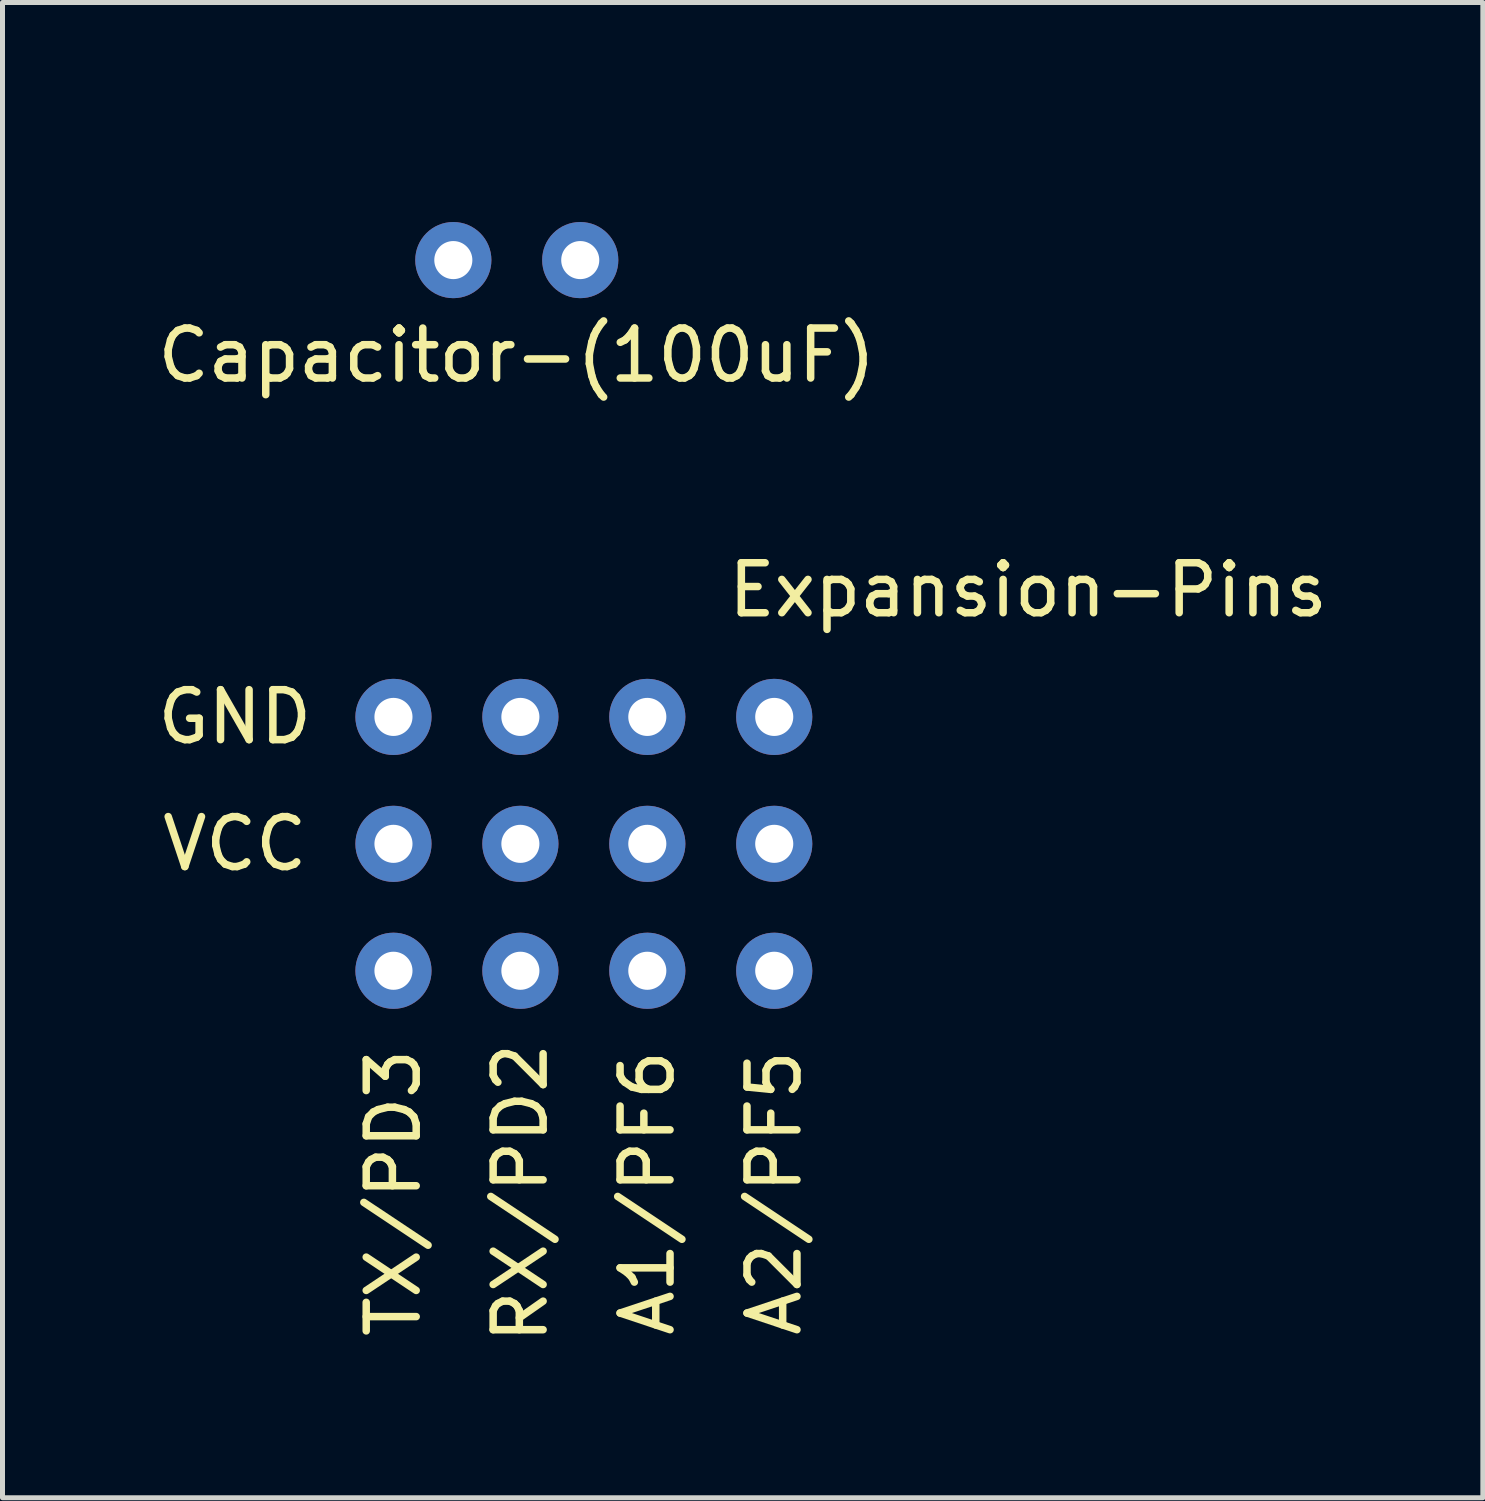
<source format=kicad_pcb>
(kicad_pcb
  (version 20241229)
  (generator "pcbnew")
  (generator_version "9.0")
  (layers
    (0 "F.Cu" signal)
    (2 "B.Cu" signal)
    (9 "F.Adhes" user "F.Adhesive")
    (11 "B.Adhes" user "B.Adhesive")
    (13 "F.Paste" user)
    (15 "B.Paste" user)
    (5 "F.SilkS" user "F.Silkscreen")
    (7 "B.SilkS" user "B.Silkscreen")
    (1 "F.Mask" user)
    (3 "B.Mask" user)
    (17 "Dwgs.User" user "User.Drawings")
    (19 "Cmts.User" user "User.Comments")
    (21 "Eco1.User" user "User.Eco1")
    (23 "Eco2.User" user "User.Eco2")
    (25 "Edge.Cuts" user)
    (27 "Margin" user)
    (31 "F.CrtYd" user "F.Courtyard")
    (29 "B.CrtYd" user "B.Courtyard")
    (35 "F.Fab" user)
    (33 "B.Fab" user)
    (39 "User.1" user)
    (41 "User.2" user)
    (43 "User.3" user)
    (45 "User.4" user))
  (footprint "Expansion-Pins"
    (layer "F.Cu")
    (at 4.824 16.377)
    (property "Reference" "Expansion-Pins" (at 12.7 -7.62 0) (layer "F.SilkS") (effects (font (size 1 1) (thickness 0.15))))
    (attr through_hole)
    (fp_text user "GND" (at -3.175 -5.08 0) (layer "F.SilkS") (effects (font (size 1 1) (thickness 0.15))))
    (fp_text user "RX/PD2" (at 2.54 4.445 90) (layer "F.SilkS") (effects (font (size 1 1) (thickness 0.15))))
    (fp_text user "A2/PF5" (at 7.62 4.445 90) (layer "F.SilkS") (effects (font (size 1 1) (thickness 0.15))))
    (fp_text user "A1/PF6" (at 5.08 4.445 90) (layer "F.SilkS") (effects (font (size 1 1) (thickness 0.15))))
    (fp_text user "TX/PD3" (at 0 4.445 270) (layer "F.SilkS") (effects (font (size 1 1) (thickness 0.15))))
    (fp_text user "VCC" (at -3.175 -2.54 0) (layer "F.SilkS") (effects (font (size 1 1) (thickness 0.15))))
    (pad "1" thru_hole circle (at 0 0) (size 1.524 1.524) (drill 0.762) (layers "*.Cu" "*.Mask"))
    (pad "2" thru_hole circle (at 2.54 0) (size 1.524 1.524) (drill 0.762) (layers "*.Cu" "*.Mask"))
    (pad "3" thru_hole circle (at 5.08 0) (size 1.524 1.524) (drill 0.762) (layers "*.Cu" "*.Mask"))
    (pad "4" thru_hole circle (at 7.62 0) (size 1.524 1.524) (drill 0.762) (layers "*.Cu" "*.Mask"))
    (pad "5" thru_hole circle (at 0 -2.54) (size 1.524 1.524) (drill 0.762) (layers "*.Cu" "*.Mask"))
    (pad "6" thru_hole circle (at 2.54 -2.54) (size 1.524 1.524) (drill 0.762) (layers "*.Cu" "*.Mask"))
    (pad "7" thru_hole circle (at 5.08 -2.54) (size 1.524 1.524) (drill 0.762) (layers "*.Cu" "*.Mask"))
    (pad "8" thru_hole circle (at 7.62 -2.54) (size 1.524 1.524) (drill 0.762) (layers "*.Cu" "*.Mask"))
    (pad "9" thru_hole circle (at 0 -5.08) (size 1.524 1.524) (drill 0.762) (layers "*.Cu" "*.Mask"))
    (pad "10" thru_hole circle (at 2.54 -5.08) (size 1.524 1.524) (drill 0.762) (layers "*.Cu" "*.Mask"))
    (pad "11" thru_hole circle (at 5.08 -5.08) (size 1.524 1.524) (drill 0.762) (layers "*.Cu" "*.Mask"))
    (pad "12" thru_hole circle (at 7.62 -5.08) (size 1.524 1.524) (drill 0.762) (layers "*.Cu" "*.Mask")))
  (footprint "Capacitor-(100uF)"
    (layer "F.Cu")
    (at 6.022 0.25)
    (property "Reference" "Capacitor-(100uF)" (at 1.27 3.81 0) (layer "F.SilkS") (effects (font (size 1 1) (thickness 0.15))))
    (attr through_hole)
    (pad "1" thru_hole circle (at 0 1.905) (size 1.524 1.524) (drill 0.762) (layers "*.Cu" "*.Mask"))
    (pad "2" thru_hole circle (at 2.54 1.905) (size 1.524 1.524) (drill 0.762) (layers "*.Cu" "*.Mask")))
  (gr_rect
    (start -3 -3)
    (end 26.625 26.923)
    (stroke (width 0.1) (type default))
    (fill no)
    (layer "Edge.Cuts")))
</source>
